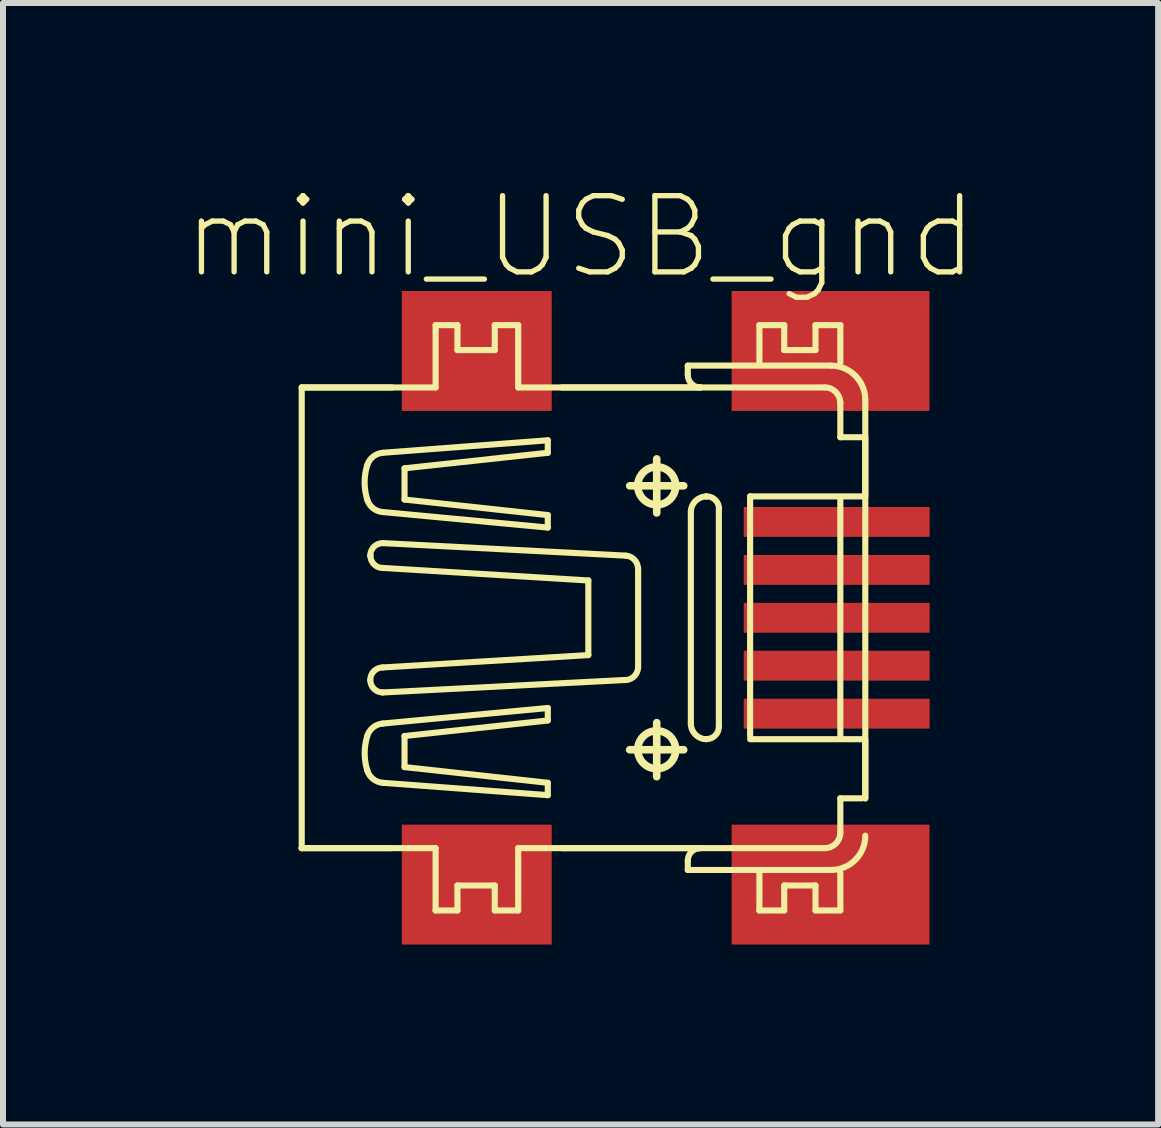
<source format=kicad_pcb>
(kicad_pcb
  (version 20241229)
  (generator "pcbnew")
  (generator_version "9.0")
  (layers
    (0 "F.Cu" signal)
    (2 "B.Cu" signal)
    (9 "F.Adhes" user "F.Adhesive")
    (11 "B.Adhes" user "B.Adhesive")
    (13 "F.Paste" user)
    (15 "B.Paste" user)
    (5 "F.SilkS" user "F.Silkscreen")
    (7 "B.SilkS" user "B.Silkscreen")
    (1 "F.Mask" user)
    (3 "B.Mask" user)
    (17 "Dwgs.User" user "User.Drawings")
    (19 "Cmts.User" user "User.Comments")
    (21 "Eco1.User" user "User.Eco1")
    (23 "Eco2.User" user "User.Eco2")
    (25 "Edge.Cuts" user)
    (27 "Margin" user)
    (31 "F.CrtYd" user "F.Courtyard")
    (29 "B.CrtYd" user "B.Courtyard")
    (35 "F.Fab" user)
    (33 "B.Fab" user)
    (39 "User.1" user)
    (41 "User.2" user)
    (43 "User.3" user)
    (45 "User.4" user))
  (footprint "mini_USB_gnd"
    (layer "F.Cu")
    (at 7.898 7.249)
    (property "Reference" "mini_USB_gnd" (at -1.27 -6.35 0) (layer "F.SilkS") (effects (font (size 1.27 1.27) (thickness 0.089))))
    (attr smd)
    (fp_line (start -5.918 -3.84) (end -4.415 -3.84) (stroke (width 0.102) (type solid)) (layer "F.SilkS"))
    (fp_line (start -5.918 -3.84) (end -3.686 -3.84) (stroke (width 0.102) (type solid)) (layer "F.SilkS"))
    (fp_line (start -5.918 3.84) (end -5.918 -3.84) (stroke (width 0.102) (type solid)) (layer "F.SilkS"))
    (fp_line (start -5.918 3.84) (end -5.918 3.84) (stroke (width 0.102) (type solid)) (layer "F.SilkS"))
    (fp_line (start -5.918 3.84) (end -4.415 3.84) (stroke (width 0.102) (type solid)) (layer "F.SilkS"))
    (fp_line (start -5.918 3.84) (end -3.686 3.84) (stroke (width 0.102) (type solid)) (layer "F.SilkS"))
    (fp_line (start -4.775 -1.036) (end -4.775 -1.036) (stroke (width 0.102) (type solid)) (layer "F.SilkS"))
    (fp_line (start -4.567 -1.763) (end -1.816 -1.504) (stroke (width 0.102) (type solid)) (layer "F.SilkS"))
    (fp_line (start -4.567 -1.245) (end -0.518 -1.036) (stroke (width 0.102) (type solid)) (layer "F.SilkS"))
    (fp_line (start -4.567 -0.831) (end -1.14 -0.622) (stroke (width 0.102) (type solid)) (layer "F.SilkS"))
    (fp_line (start -4.567 0.828) (end -1.14 0.622) (stroke (width 0.102) (type solid)) (layer "F.SilkS"))
    (fp_line (start -4.567 1.245) (end -0.518 1.036) (stroke (width 0.102) (type solid)) (layer "F.SilkS"))
    (fp_line (start -4.567 1.763) (end -1.816 1.504) (stroke (width 0.102) (type solid)) (layer "F.SilkS"))
    (fp_line (start -4.204 -2.492) (end -1.816 -2.751) (stroke (width 0.102) (type solid)) (layer "F.SilkS"))
    (fp_line (start -4.204 -1.971) (end -4.204 -2.492) (stroke (width 0.102) (type solid)) (layer "F.SilkS"))
    (fp_line (start -4.204 1.971) (end -4.204 2.489) (stroke (width 0.102) (type solid)) (layer "F.SilkS"))
    (fp_line (start -4.204 2.489) (end -1.816 2.751) (stroke (width 0.102) (type solid)) (layer "F.SilkS"))
    (fp_line (start -3.686 -4.879) (end -3.322 -4.879) (stroke (width 0.102) (type solid)) (layer "F.SilkS"))
    (fp_line (start -3.686 -3.84) (end -3.686 -4.879) (stroke (width 0.102) (type solid)) (layer "F.SilkS"))
    (fp_line (start -3.686 3.84) (end -3.686 4.879) (stroke (width 0.102) (type solid)) (layer "F.SilkS"))
    (fp_line (start -3.686 4.879) (end -3.322 4.879) (stroke (width 0.102) (type solid)) (layer "F.SilkS"))
    (fp_line (start -3.322 -4.879) (end -3.322 -4.463) (stroke (width 0.102) (type solid)) (layer "F.SilkS"))
    (fp_line (start -3.322 -4.463) (end -2.7 -4.463) (stroke (width 0.102) (type solid)) (layer "F.SilkS"))
    (fp_line (start -3.322 4.463) (end -2.7 4.463) (stroke (width 0.102) (type solid)) (layer "F.SilkS"))
    (fp_line (start -3.322 4.879) (end -3.322 4.463) (stroke (width 0.102) (type solid)) (layer "F.SilkS"))
    (fp_line (start -2.7 -4.879) (end -2.309 -4.879) (stroke (width 0.102) (type solid)) (layer "F.SilkS"))
    (fp_line (start -2.7 -4.463) (end -2.7 -4.879) (stroke (width 0.102) (type solid)) (layer "F.SilkS"))
    (fp_line (start -2.7 4.463) (end -2.7 4.879) (stroke (width 0.102) (type solid)) (layer "F.SilkS"))
    (fp_line (start -2.7 4.879) (end -2.309 4.879) (stroke (width 0.102) (type solid)) (layer "F.SilkS"))
    (fp_line (start -2.309 -4.879) (end -2.309 -3.84) (stroke (width 0.102) (type solid)) (layer "F.SilkS"))
    (fp_line (start -2.309 -3.84) (end 0.726 -3.84) (stroke (width 0.102) (type solid)) (layer "F.SilkS"))
    (fp_line (start -2.309 3.84) (end 2.802 3.84) (stroke (width 0.102) (type solid)) (layer "F.SilkS"))
    (fp_line (start -2.309 4.879) (end -2.309 3.84) (stroke (width 0.102) (type solid)) (layer "F.SilkS"))
    (fp_line (start -1.816 -2.959) (end -4.567 -2.751) (stroke (width 0.102) (type solid)) (layer "F.SilkS"))
    (fp_line (start -1.816 -2.751) (end -1.816 -2.959) (stroke (width 0.102) (type solid)) (layer "F.SilkS"))
    (fp_line (start -1.816 -1.712) (end -4.204 -1.971) (stroke (width 0.102) (type solid)) (layer "F.SilkS"))
    (fp_line (start -1.816 -1.504) (end -1.816 -1.712) (stroke (width 0.102) (type solid)) (layer "F.SilkS"))
    (fp_line (start -1.816 1.504) (end -1.816 1.712) (stroke (width 0.102) (type solid)) (layer "F.SilkS"))
    (fp_line (start -1.816 1.712) (end -4.204 1.971) (stroke (width 0.102) (type solid)) (layer "F.SilkS"))
    (fp_line (start -1.816 2.751) (end -1.816 2.957) (stroke (width 0.102) (type solid)) (layer "F.SilkS"))
    (fp_line (start -1.816 2.957) (end -4.567 2.751) (stroke (width 0.102) (type solid)) (layer "F.SilkS"))
    (fp_line (start -1.582 -3.84) (end 0.726 -3.84) (stroke (width 0.102) (type solid)) (layer "F.SilkS"))
    (fp_line (start -1.582 3.84) (end 0.726 3.84) (stroke (width 0.102) (type solid)) (layer "F.SilkS"))
    (fp_line (start -1.14 0.622) (end -1.14 -0.622) (stroke (width 0.102) (type solid)) (layer "F.SilkS"))
    (fp_line (start -0.45 -2.2) (end 0.45 -2.2) (stroke (width 0.127) (type solid)) (layer "F.SilkS"))
    (fp_line (start -0.45 2.2) (end 0.45 2.2) (stroke (width 0.127) (type solid)) (layer "F.SilkS"))
    (fp_line (start -0.31 0.828) (end -0.31 -0.831) (stroke (width 0.102) (type solid)) (layer "F.SilkS"))
    (fp_line (start 0 -1.748) (end 0 -2.649) (stroke (width 0.127) (type solid)) (layer "F.SilkS"))
    (fp_line (start 0 2.649) (end 0 1.748) (stroke (width 0.127) (type solid)) (layer "F.SilkS"))
    (fp_line (start 0.518 -4.204) (end 2.906 -4.204) (stroke (width 0.102) (type solid)) (layer "F.SilkS"))
    (fp_line (start 0.518 -4.049) (end 0.518 -4.204) (stroke (width 0.102) (type solid)) (layer "F.SilkS"))
    (fp_line (start 0.518 4.049) (end 0.518 4.204) (stroke (width 0.102) (type solid)) (layer "F.SilkS"))
    (fp_line (start 0.518 4.204) (end 2.906 4.204) (stroke (width 0.102) (type solid)) (layer "F.SilkS"))
    (fp_line (start 0.569 -1.763) (end 0.569 1.763) (stroke (width 0.102) (type solid)) (layer "F.SilkS"))
    (fp_line (start 0.828 -2.024) (end 0.828 -2.024) (stroke (width 0.102) (type solid)) (layer "F.SilkS"))
    (fp_line (start 1.036 1.816) (end 1.036 -1.816) (stroke (width 0.102) (type solid)) (layer "F.SilkS"))
    (fp_line (start 1.557 -2.024) (end 3.424 -2.024) (stroke (width 0.102) (type solid)) (layer "F.SilkS"))
    (fp_line (start 1.557 1.971) (end 1.557 -2.024) (stroke (width 0.102) (type solid)) (layer "F.SilkS"))
    (fp_line (start 1.557 2.024) (end 3.424 2.024) (stroke (width 0.102) (type solid)) (layer "F.SilkS"))
    (fp_line (start 1.712 -4.879) (end 2.126 -4.879) (stroke (width 0.102) (type solid)) (layer "F.SilkS"))
    (fp_line (start 1.712 -4.255) (end 1.712 -4.879) (stroke (width 0.102) (type solid)) (layer "F.SilkS"))
    (fp_line (start 1.712 4.255) (end 1.712 4.879) (stroke (width 0.102) (type solid)) (layer "F.SilkS"))
    (fp_line (start 1.712 4.879) (end 2.126 4.879) (stroke (width 0.102) (type solid)) (layer "F.SilkS"))
    (fp_line (start 2.126 -4.879) (end 2.126 -4.463) (stroke (width 0.102) (type solid)) (layer "F.SilkS"))
    (fp_line (start 2.126 -4.463) (end 2.647 -4.463) (stroke (width 0.102) (type solid)) (layer "F.SilkS"))
    (fp_line (start 2.126 4.463) (end 2.647 4.463) (stroke (width 0.102) (type solid)) (layer "F.SilkS"))
    (fp_line (start 2.126 4.879) (end 2.126 4.463) (stroke (width 0.102) (type solid)) (layer "F.SilkS"))
    (fp_line (start 2.647 -4.879) (end 3.061 -4.879) (stroke (width 0.102) (type solid)) (layer "F.SilkS"))
    (fp_line (start 2.647 -4.463) (end 2.647 -4.879) (stroke (width 0.102) (type solid)) (layer "F.SilkS"))
    (fp_line (start 2.647 4.463) (end 2.647 4.879) (stroke (width 0.102) (type solid)) (layer "F.SilkS"))
    (fp_line (start 2.647 4.879) (end 3.061 4.879) (stroke (width 0.102) (type solid)) (layer "F.SilkS"))
    (fp_line (start 2.802 -3.84) (end 0.726 -3.84) (stroke (width 0.102) (type solid)) (layer "F.SilkS"))
    (fp_line (start 3.061 -4.879) (end 3.061 -4.255) (stroke (width 0.102) (type solid)) (layer "F.SilkS"))
    (fp_line (start 3.061 -3.581) (end 3.061 -3.01) (stroke (width 0.102) (type solid)) (layer "F.SilkS"))
    (fp_line (start 3.061 -3.01) (end 3.424 -3.01) (stroke (width 0.102) (type solid)) (layer "F.SilkS"))
    (fp_line (start 3.061 1.971) (end 3.061 -1.971) (stroke (width 0.102) (type solid)) (layer "F.SilkS"))
    (fp_line (start 3.061 3.01) (end 3.424 3.01) (stroke (width 0.102) (type solid)) (layer "F.SilkS"))
    (fp_line (start 3.061 3.581) (end 3.061 3.01) (stroke (width 0.102) (type solid)) (layer "F.SilkS"))
    (fp_line (start 3.061 4.879) (end 3.061 4.255) (stroke (width 0.102) (type solid)) (layer "F.SilkS"))
    (fp_line (start 3.477 -3.632) (end 3.477 3.01) (stroke (width 0.102) (type solid)) (layer "F.SilkS"))
    (fp_line (start 3.477 -3.01) (end 3.477 -2.024) (stroke (width 0.102) (type solid)) (layer "F.SilkS"))
    (fp_line (start 3.477 2.024) (end 3.477 3.01) (stroke (width 0.102) (type solid)) (layer "F.SilkS"))
    (fp_arc (start -4.826 -2.54254) (mid -4.728304 -2.686403) (end -4.566527 -2.750193) (stroke (width 0.1016) (type solid)) (layer "F.SilkS"))
    (fp_arc (start -4.826 -1.97104) (mid -4.869296 -2.255382) (end -4.827566 -2.539958) (stroke (width 0.1016) (type solid)) (layer "F.SilkS"))
    (fp_arc (start -4.826 1.97104) (mid -4.728304 1.827177) (end -4.566527 1.763387) (stroke (width 0.1016) (type solid)) (layer "F.SilkS"))
    (fp_arc (start -4.826 2.54254) (mid -4.868553 2.258309) (end -4.826146 1.974057) (stroke (width 0.1016) (type solid)) (layer "F.SilkS"))
    (fp_arc (start -4.7752 -1.03632) (mid -4.714196 -1.183596) (end -4.56692 -1.2446) (stroke (width 0.1016) (type solid)) (layer "F.SilkS"))
    (fp_arc (start -4.7752 1.03632) (mid -4.714196 0.889044) (end -4.56692 0.82804) (stroke (width 0.1016) (type solid)) (layer "F.SilkS"))
    (fp_arc (start -4.56692 -1.76276) (mid -4.728982 -1.826881) (end -4.826727 -1.971177) (stroke (width 0.1016) (type solid)) (layer "F.SilkS"))
    (fp_arc (start -4.56692 -0.83058) (mid -4.7124 -0.89084) (end -4.77266 -1.03632) (stroke (width 0.1016) (type solid)) (layer "F.SilkS"))
    (fp_arc (start -4.56692 1.2446) (mid -4.714196 1.183596) (end -4.7752 1.03632) (stroke (width 0.1016) (type solid)) (layer "F.SilkS"))
    (fp_arc (start -4.56692 2.75082) (mid -4.728982 2.686699) (end -4.826727 2.542403) (stroke (width 0.1016) (type solid)) (layer "F.SilkS"))
    (fp_arc (start -0.51816 -1.03632) (mid -0.37566 -0.972121) (end -0.312346 -0.829227) (stroke (width 0.1016) (type solid)) (layer "F.SilkS"))
    (fp_arc (start -0.30988 0.82804) (mid -0.373032 0.972882) (end -0.51671 1.03864) (stroke (width 0.1016) (type solid)) (layer "F.SilkS"))
    (fp_arc (start 0.51816 4.04876) (mid 0.579164 3.901484) (end 0.72644 3.84048) (stroke (width 0.1016) (type solid)) (layer "F.SilkS"))
    (fp_arc (start 0.56896 -1.76276) (mid 0.644683 -1.945797) (end 0.827588 -2.02184) (stroke (width 0.1016) (type solid)) (layer "F.SilkS"))
    (fp_arc (start 0.72644 -3.84048) (mid 0.579164 -3.901484) (end 0.51816 -4.04876) (stroke (width 0.1016) (type solid)) (layer "F.SilkS"))
    (fp_arc (start 0.82804 -2.02438) (mid 0.97606 -1.965172) (end 1.03886 -1.81864) (stroke (width 0.1016) (type solid)) (layer "F.SilkS"))
    (fp_arc (start 0.82804 2.02438) (mid 0.644111 1.946283) (end 0.568953 1.761133) (stroke (width 0.1016) (type solid)) (layer "F.SilkS"))
    (fp_arc (start 1.03632 1.8161) (mid 0.97606 1.96158) (end 0.83058 2.02184) (stroke (width 0.1016) (type solid)) (layer "F.SilkS"))
    (fp_arc (start 2.80162 -3.84048) (mid 2.984817 -3.764597) (end 3.0607 -3.5814) (stroke (width 0.1016) (type solid)) (layer "F.SilkS"))
    (fp_arc (start 2.90576 -4.2037) (mid 3.309872 -4.036312) (end 3.47726 -3.6322) (stroke (width 0.1016) (type solid)) (layer "F.SilkS"))
    (fp_arc (start 3.0607 3.5814) (mid 2.984817 3.764597) (end 2.80162 3.84048) (stroke (width 0.1016) (type solid)) (layer "F.SilkS"))
    (fp_arc (start 3.47726 3.6322) (mid 3.309872 4.036312) (end 2.90576 4.2037) (stroke (width 0.1016) (type solid)) (layer "F.SilkS"))
    (fp_circle (center 0 -2.2) (end -0.224 -2.423) (stroke (width 0.127) (type solid)) (fill no) (layer "F.SilkS"))
    (fp_circle (center 0 2.2) (end -0.224 2.423) (stroke (width 0.127) (type solid)) (fill no) (layer "F.SilkS"))
    (pad "1" smd rect (at 3 -1.598) (size 3.099 0.498) (layers "F.Cu" "F.Mask" "F.Paste"))
    (pad "2" smd rect (at 3 -0.798) (size 3.099 0.498) (layers "F.Cu" "F.Mask" "F.Paste"))
    (pad "3" smd rect (at 3 0) (size 3.099 0.498) (layers "F.Cu" "F.Mask" "F.Paste"))
    (pad "4" smd rect (at 3 0.798) (size 3.099 0.498) (layers "F.Cu" "F.Mask" "F.Paste"))
    (pad "5" smd rect (at -3 -4.448) (size 2.499 1.999) (layers "F.Cu" "F.Mask" "F.Paste"))
    (pad "5" smd rect (at -3 4.448) (size 2.499 1.999) (layers "F.Cu" "F.Mask" "F.Paste"))
    (pad "5" smd rect (at 2.898 -4.448) (size 3.299 1.999) (layers "F.Cu" "F.Mask" "F.Paste"))
    (pad "5" smd rect (at 2.898 4.448) (size 3.299 1.999) (layers "F.Cu" "F.Mask" "F.Paste"))
    (pad "5" smd rect (at 3 1.598) (size 3.099 0.498) (layers "F.Cu" "F.Mask" "F.Paste")))
  (gr_rect
    (start -3 -3)
    (end 16.257 15.696)
    (stroke (width 0.1) (type default))
    (fill no)
    (layer "Edge.Cuts")))
</source>
